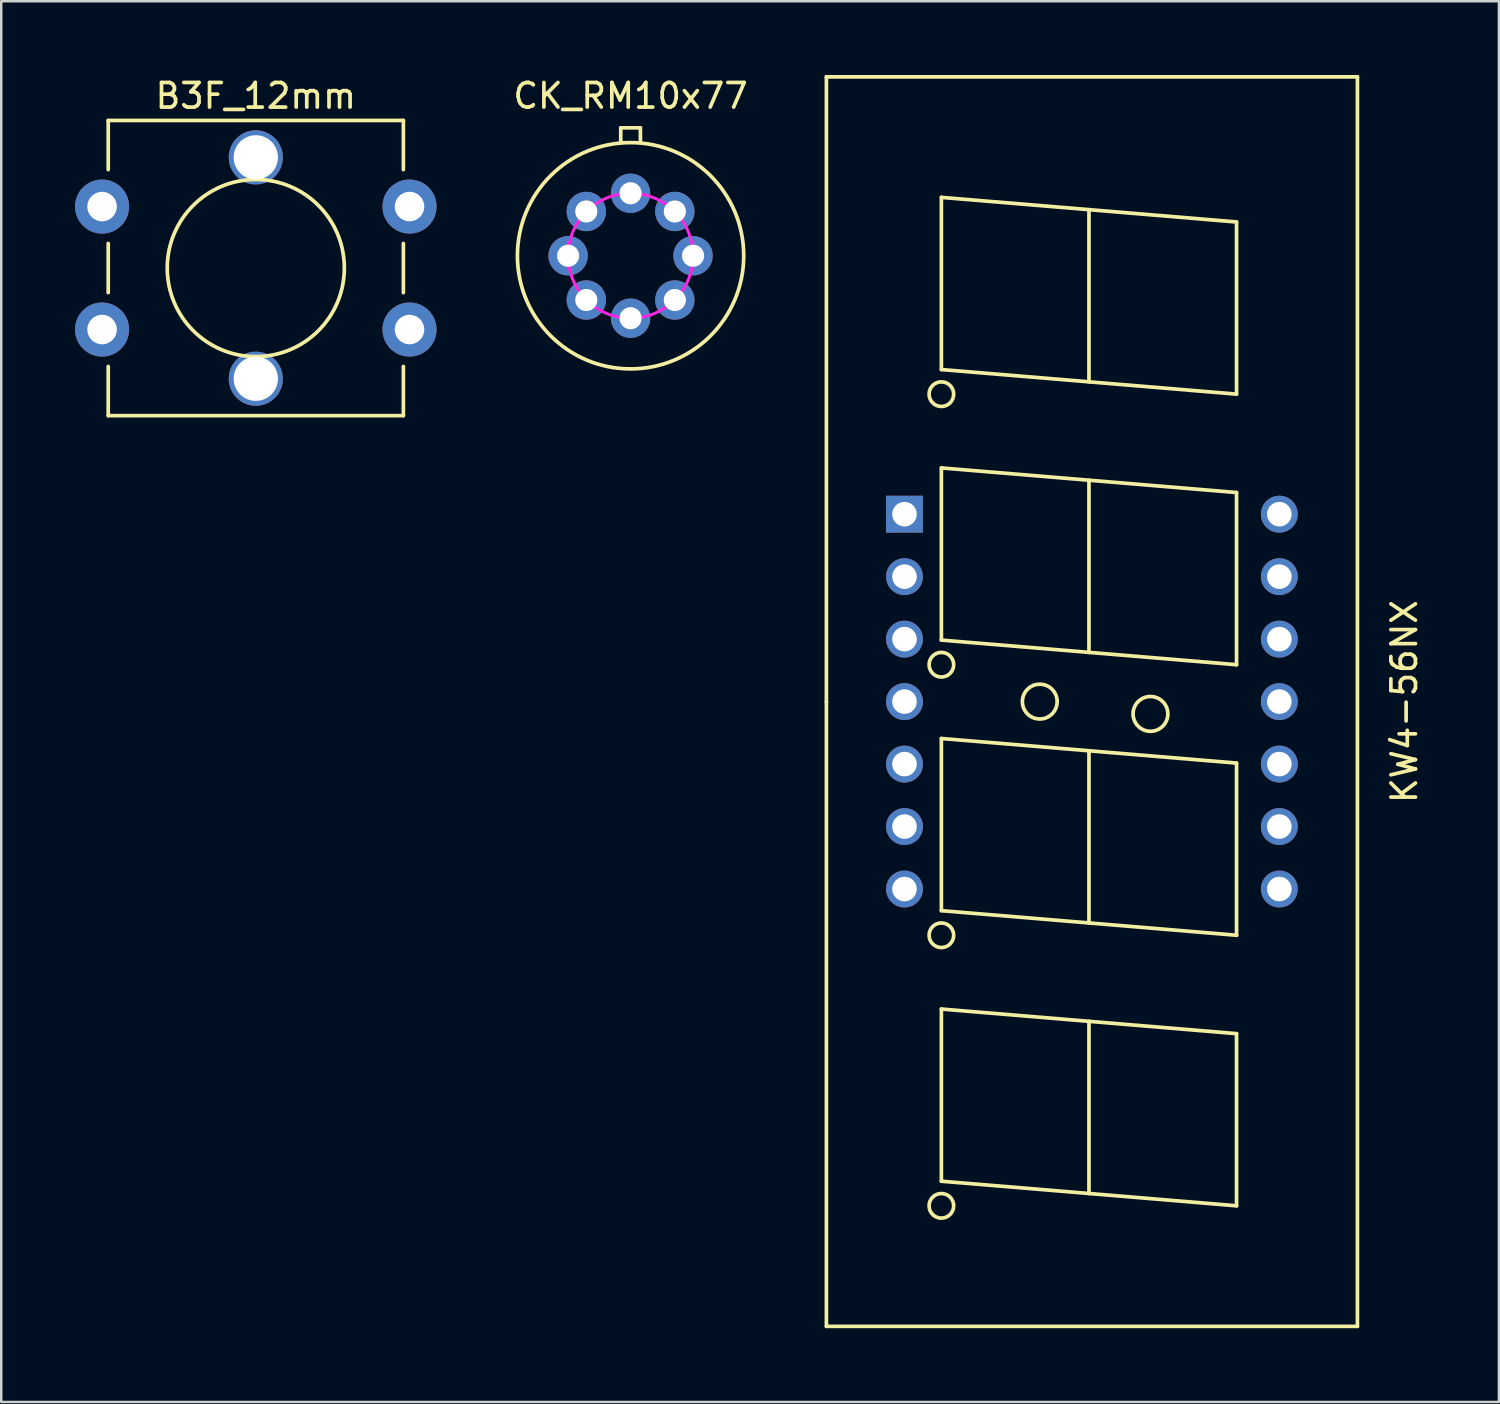
<source format=kicad_pcb>
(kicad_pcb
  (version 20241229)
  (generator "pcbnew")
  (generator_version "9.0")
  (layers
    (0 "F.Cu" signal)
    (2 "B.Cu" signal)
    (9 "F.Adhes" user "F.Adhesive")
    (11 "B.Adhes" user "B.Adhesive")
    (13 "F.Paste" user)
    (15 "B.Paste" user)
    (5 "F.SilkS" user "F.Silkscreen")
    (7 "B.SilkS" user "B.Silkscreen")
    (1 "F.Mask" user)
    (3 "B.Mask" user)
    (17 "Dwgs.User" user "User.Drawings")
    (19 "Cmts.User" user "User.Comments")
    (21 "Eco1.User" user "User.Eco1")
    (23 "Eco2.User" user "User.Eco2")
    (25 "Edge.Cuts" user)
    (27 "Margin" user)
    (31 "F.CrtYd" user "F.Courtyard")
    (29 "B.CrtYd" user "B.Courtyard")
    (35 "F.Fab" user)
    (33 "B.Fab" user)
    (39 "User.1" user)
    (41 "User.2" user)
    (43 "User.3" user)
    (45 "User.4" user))
  (footprint "B3F_12mm"
    (layer "F.Cu")
    (at 7.35 7.848)
    (property "Reference" "B3F_12mm" (at 0 -7 0) (layer "F.SilkS") (effects (font (size 1 1) (thickness 0.15))))
    (attr through_hole)
    (fp_line (start -6 -6) (end -6 -4) (stroke (width 0.15) (type solid)) (layer "F.SilkS"))
    (fp_line (start -6 1) (end -6 -1) (stroke (width 0.15) (type solid)) (layer "F.SilkS"))
    (fp_line (start -6 4) (end -6 6) (stroke (width 0.15) (type solid)) (layer "F.SilkS"))
    (fp_line (start -6 6) (end 6 6) (stroke (width 0.15) (type solid)) (layer "F.SilkS"))
    (fp_line (start 6 -6) (end -6 -6) (stroke (width 0.15) (type solid)) (layer "F.SilkS"))
    (fp_line (start 6 -4) (end 6 -6) (stroke (width 0.15) (type solid)) (layer "F.SilkS"))
    (fp_line (start 6 -1) (end 6 1) (stroke (width 0.15) (type solid)) (layer "F.SilkS"))
    (fp_line (start 6 4) (end 6 6) (stroke (width 0.15) (type solid)) (layer "F.SilkS"))
    (fp_circle (center 0 0) (end 3.6 0) (stroke (width 0.15) (type solid)) (fill no) (layer "F.SilkS"))
    (pad "" np_thru_hole circle (at 0 -4.5) (size 2.2 2.2) (drill 1.8) (layers "*.Cu" "*.Mask"))
    (pad "" np_thru_hole circle (at 0 4.5) (size 2.2 2.2) (drill 1.8) (layers "*.Cu" "*.Mask"))
    (pad "1" thru_hole circle (at -6.25 2.5) (size 2.2 2.2) (drill 1.2) (layers "*.Cu" "*.Mask"))
    (pad "1" thru_hole circle (at 6.25 2.5) (size 2.2 2.2) (drill 1.2) (layers "*.Cu" "*.Mask"))
    (pad "2" thru_hole circle (at -6.25 -2.5) (size 2.2 2.2) (drill 1.2) (layers "*.Cu" "*.Mask"))
    (pad "2" thru_hole circle (at 6.25 -2.5) (size 2.2 2.2) (drill 1.2) (layers "*.Cu" "*.Mask")))
  (footprint "CK_RM10x77"
    (layer "F.Cu")
    (at 22.587 7.348)
    (property "Reference" "CK_RM10x77" (at 0 -6.5 0) (layer "F.SilkS") (effects (font (size 1 1) (thickness 0.15))))
    (attr through_hole)
    (fp_line (start -0.4 -5.2) (end 0.4 -5.2) (stroke (width 0.15) (type solid)) (layer "F.SilkS"))
    (fp_line (start -0.4 -4.6) (end -0.4 -5.2) (stroke (width 0.15) (type solid)) (layer "F.SilkS"))
    (fp_line (start 0.4 -5.2) (end 0.4 -4.6) (stroke (width 0.15) (type solid)) (layer "F.SilkS"))
    (fp_circle (center 0 0) (end 4.6 0) (stroke (width 0.15) (type solid)) (fill no) (layer "F.SilkS"))
    (fp_circle (center 0 0) (end 2.54 0) (stroke (width 0.12) (type solid)) (fill no) (layer "F.CrtYd"))
    (pad "1" thru_hole circle (at 0 -2.54) (size 1.6 1.6) (drill 0.9) (layers "*.Cu" "*.Mask"))
    (pad "2" thru_hole circle (at 1.8 -1.8) (size 1.6 1.6) (drill 0.9) (layers "*.Cu" "*.Mask"))
    (pad "3" thru_hole circle (at 2.54 0) (size 1.6 1.6) (drill 0.9) (layers "*.Cu" "*.Mask"))
    (pad "4" thru_hole circle (at 1.8 1.8) (size 1.6 1.6) (drill 0.9) (layers "*.Cu" "*.Mask"))
    (pad "5" thru_hole circle (at 0 2.54) (size 1.6 1.6) (drill 0.9) (layers "*.Cu" "*.Mask"))
    (pad "6" thru_hole circle (at -1.8 1.8) (size 1.6 1.6) (drill 0.9) (layers "*.Cu" "*.Mask"))
    (pad "7" thru_hole circle (at -2.54 0) (size 1.6 1.6) (drill 0.9) (layers "*.Cu" "*.Mask"))
    (pad "8" thru_hole circle (at -1.8 -1.8) (size 1.6 1.6) (drill 0.9) (layers "*.Cu" "*.Mask")))
  (footprint "KW4-56NX"
    (layer "F.Cu")
    (at 33.724 19.125)
    (property "Reference" "KW4-56NX" (at 20.32 6.35 270) (layer "F.SilkS") (effects (font (size 1 1) (thickness 0.15))))
    (attr through_hole)
    (fp_line (start -3.175 -19.05) (end 18.415 -19.05) (stroke (width 0.15) (type solid)) (layer "F.SilkS"))
    (fp_line (start -3.175 6.35) (end -3.175 -19.05) (stroke (width 0.15) (type solid)) (layer "F.SilkS"))
    (fp_line (start -3.175 31.75) (end -3.175 6.35) (stroke (width 0.15) (type solid)) (layer "F.SilkS"))
    (fp_line (start 1.5 -14.15) (end 1.5 -7.15) (stroke (width 0.15) (type solid)) (layer "F.SilkS"))
    (fp_line (start 1.5 -7.15) (end 13.5 -6.15) (stroke (width 0.15) (type solid)) (layer "F.SilkS"))
    (fp_line (start 1.5 -3.15) (end 1.5 3.85) (stroke (width 0.15) (type solid)) (layer "F.SilkS"))
    (fp_line (start 1.5 3.85) (end 13.5 4.85) (stroke (width 0.15) (type solid)) (layer "F.SilkS"))
    (fp_line (start 1.5 7.85) (end 1.5 14.85) (stroke (width 0.15) (type solid)) (layer "F.SilkS"))
    (fp_line (start 1.5 14.85) (end 13.5 15.85) (stroke (width 0.15) (type solid)) (layer "F.SilkS"))
    (fp_line (start 1.5 18.85) (end 1.5 25.85) (stroke (width 0.15) (type solid)) (layer "F.SilkS"))
    (fp_line (start 1.5 25.85) (end 13.5 26.85) (stroke (width 0.15) (type solid)) (layer "F.SilkS"))
    (fp_line (start 7.5 -13.65) (end 7.5 -6.65) (stroke (width 0.15) (type solid)) (layer "F.SilkS"))
    (fp_line (start 7.5 -2.65) (end 7.5 4.35) (stroke (width 0.15) (type solid)) (layer "F.SilkS"))
    (fp_line (start 7.5 8.35) (end 7.5 15.35) (stroke (width 0.15) (type solid)) (layer "F.SilkS"))
    (fp_line (start 7.5 19.35) (end 7.5 26.35) (stroke (width 0.15) (type solid)) (layer "F.SilkS"))
    (fp_line (start 13.5 -13.15) (end 1.5 -14.15) (stroke (width 0.15) (type solid)) (layer "F.SilkS"))
    (fp_line (start 13.5 -6.15) (end 13.5 -13.15) (stroke (width 0.15) (type solid)) (layer "F.SilkS"))
    (fp_line (start 13.5 -2.15) (end 1.5 -3.15) (stroke (width 0.15) (type solid)) (layer "F.SilkS"))
    (fp_line (start 13.5 4.85) (end 13.5 -2.15) (stroke (width 0.15) (type solid)) (layer "F.SilkS"))
    (fp_line (start 13.5 8.85) (end 1.5 7.85) (stroke (width 0.15) (type solid)) (layer "F.SilkS"))
    (fp_line (start 13.5 15.85) (end 13.5 8.85) (stroke (width 0.15) (type solid)) (layer "F.SilkS"))
    (fp_line (start 13.5 19.85) (end 1.5 18.85) (stroke (width 0.15) (type solid)) (layer "F.SilkS"))
    (fp_line (start 13.5 26.85) (end 13.5 19.85) (stroke (width 0.15) (type solid)) (layer "F.SilkS"))
    (fp_line (start 18.415 -19.05) (end 18.415 31.75) (stroke (width 0.15) (type solid)) (layer "F.SilkS"))
    (fp_line (start 18.415 31.75) (end -3.175 31.75) (stroke (width 0.15) (type solid)) (layer "F.SilkS"))
    (fp_circle (center 1.5 -6.15) (end 1.5 -5.65) (stroke (width 0.15) (type solid)) (fill no) (layer "F.SilkS"))
    (fp_circle (center 1.5 4.85) (end 1.5 5.35) (stroke (width 0.15) (type solid)) (fill no) (layer "F.SilkS"))
    (fp_circle (center 1.5 15.85) (end 1.5 16.35) (stroke (width 0.15) (type solid)) (fill no) (layer "F.SilkS"))
    (fp_circle (center 1.5 26.85) (end 1.5 27.35) (stroke (width 0.15) (type solid)) (fill no) (layer "F.SilkS"))
    (fp_circle (center 5.5 6.35) (end 6 5.85) (stroke (width 0.15) (type solid)) (fill no) (layer "F.SilkS"))
    (fp_circle (center 10 6.85) (end 10.5 6.35) (stroke (width 0.15) (type solid)) (fill no) (layer "F.SilkS"))
    (pad "1" thru_hole rect (at 0 -1.27) (size 1.5 1.5) (drill 1) (layers "*.Cu" "*.Mask"))
    (pad "2" thru_hole circle (at 0 1.27) (size 1.5 1.5) (drill 1) (layers "*.Cu" "*.Mask"))
    (pad "3" thru_hole circle (at 0 3.81) (size 1.5 1.5) (drill 1) (layers "*.Cu" "*.Mask"))
    (pad "4" thru_hole circle (at 0 6.35) (size 1.5 1.5) (drill 1) (layers "*.Cu" "*.Mask"))
    (pad "5" thru_hole circle (at 0 8.89) (size 1.5 1.5) (drill 1) (layers "*.Cu" "*.Mask"))
    (pad "6" thru_hole circle (at 0 11.43) (size 1.5 1.5) (drill 1) (layers "*.Cu" "*.Mask"))
    (pad "7" thru_hole circle (at 0 13.97) (size 1.5 1.5) (drill 1) (layers "*.Cu" "*.Mask"))
    (pad "8" thru_hole circle (at 15.24 13.97) (size 1.5 1.5) (drill 1) (layers "*.Cu" "*.Mask"))
    (pad "9" thru_hole circle (at 15.24 11.43) (size 1.5 1.5) (drill 1) (layers "*.Cu" "*.Mask"))
    (pad "10" thru_hole circle (at 15.24 8.89) (size 1.5 1.5) (drill 1) (layers "*.Cu" "*.Mask"))
    (pad "11" thru_hole circle (at 15.24 6.35) (size 1.5 1.5) (drill 1) (layers "*.Cu" "*.Mask"))
    (pad "12" thru_hole circle (at 15.24 3.81) (size 1.5 1.5) (drill 1) (layers "*.Cu" "*.Mask"))
    (pad "13" thru_hole circle (at 15.24 1.27) (size 1.5 1.5) (drill 1) (layers "*.Cu" "*.Mask"))
    (pad "14" thru_hole circle (at 15.24 -1.27) (size 1.5 1.5) (drill 1) (layers "*.Cu" "*.Mask")))
  (gr_rect
    (start -3 -3)
    (end 57.892 53.95)
    (stroke (width 0.1) (type default))
    (fill no)
    (layer "Edge.Cuts")))
</source>
